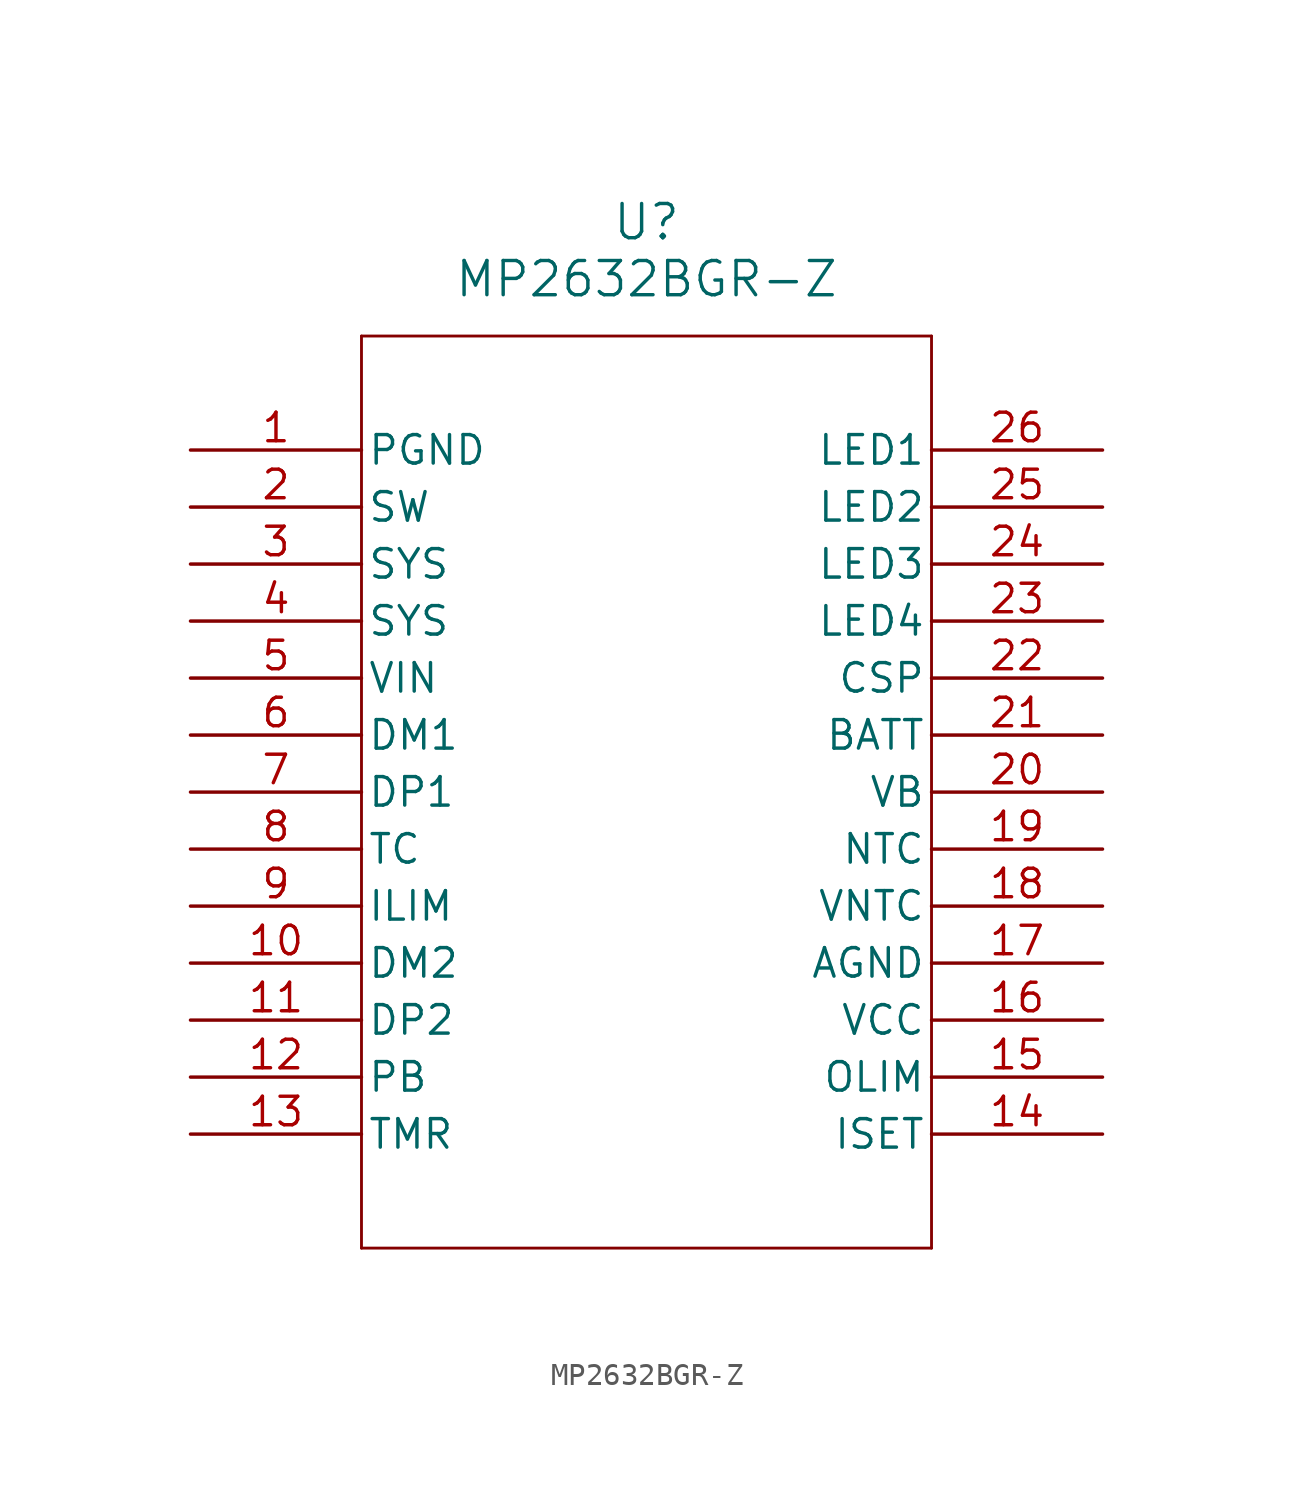
<source format=kicad_sym>
(kicad_symbol_lib
  (version 20211014)
  (generator kicad_symbol_editor)
  (symbol "MP2632BGR-Z"
    (pin_names
      (offset 0.254))
    (property "Reference" "U"
      (at 20.32 10.16 0)
      (effects (font (size 1.524 1.524))))
    (property "Value" "MP2632BGR-Z"
      (at 20.32 7.62 0)
      (effects (font (size 1.524 1.524))))
    (symbol "MP2632BGR-Z_0_1"
      (polyline (pts (xy 7.62 5.08) (xy 7.62 -35.56)) (stroke (width 0.127) (type default) (color 0 0 0 0)) (fill (type none)))
      (polyline (pts (xy 7.62 -35.56) (xy 33.02 -35.56)) (stroke (width 0.127) (type default) (color 0 0 0 0)) (fill (type none)))
      (polyline (pts (xy 33.02 -35.56) (xy 33.02 5.08)) (stroke (width 0.127) (type default) (color 0 0 0 0)) (fill (type none)))
      (polyline (pts (xy 33.02 5.08) (xy 7.62 5.08)) (stroke (width 0.127) (type default) (color 0 0 0 0)) (fill (type none)))
      (pin unspecified line (at 0 0 0) (length 7.62) (name "PGND" (effects (font (size 1.27 1.27)))) (number "1" (effects (font (size 1.27 1.27)))))
      (pin unspecified line (at 0 -2.54 0) (length 7.62) (name "SW" (effects (font (size 1.27 1.27)))) (number "2" (effects (font (size 1.27 1.27)))))
      (pin unspecified line (at 0 -5.08 0) (length 7.62) (name "SYS" (effects (font (size 1.27 1.27)))) (number "3" (effects (font (size 1.27 1.27)))))
      (pin unspecified line (at 0 -7.62 0) (length 7.62) (name "SYS" (effects (font (size 1.27 1.27)))) (number "4" (effects (font (size 1.27 1.27)))))
      (pin unspecified line (at 0 -10.16 0) (length 7.62) (name "VIN" (effects (font (size 1.27 1.27)))) (number "5" (effects (font (size 1.27 1.27)))))
      (pin unspecified line (at 0 -12.7 0) (length 7.62) (name "DM1" (effects (font (size 1.27 1.27)))) (number "6" (effects (font (size 1.27 1.27)))))
      (pin unspecified line (at 0 -15.24 0) (length 7.62) (name "DP1" (effects (font (size 1.27 1.27)))) (number "7" (effects (font (size 1.27 1.27)))))
      (pin unspecified line (at 0 -17.78 0) (length 7.62) (name "TC" (effects (font (size 1.27 1.27)))) (number "8" (effects (font (size 1.27 1.27)))))
      (pin unspecified line (at 0 -20.32 0) (length 7.62) (name "ILIM" (effects (font (size 1.27 1.27)))) (number "9" (effects (font (size 1.27 1.27)))))
      (pin unspecified line (at 0 -22.86 0) (length 7.62) (name "DM2" (effects (font (size 1.27 1.27)))) (number "10" (effects (font (size 1.27 1.27)))))
      (pin unspecified line (at 0 -25.4 0) (length 7.62) (name "DP2" (effects (font (size 1.27 1.27)))) (number "11" (effects (font (size 1.27 1.27)))))
      (pin unspecified line (at 0 -27.94 0) (length 7.62) (name "PB" (effects (font (size 1.27 1.27)))) (number "12" (effects (font (size 1.27 1.27)))))
      (pin unspecified line (at 0 -30.48 0) (length 7.62) (name "TMR" (effects (font (size 1.27 1.27)))) (number "13" (effects (font (size 1.27 1.27)))))
      (pin unspecified line (at 40.64 -30.48 180) (length 7.62) (name "ISET" (effects (font (size 1.27 1.27)))) (number "14" (effects (font (size 1.27 1.27)))))
      (pin unspecified line (at 40.64 -27.94 180) (length 7.62) (name "OLIM" (effects (font (size 1.27 1.27)))) (number "15" (effects (font (size 1.27 1.27)))))
      (pin unspecified line (at 40.64 -25.4 180) (length 7.62) (name "VCC" (effects (font (size 1.27 1.27)))) (number "16" (effects (font (size 1.27 1.27)))))
      (pin unspecified line (at 40.64 -22.86 180) (length 7.62) (name "AGND" (effects (font (size 1.27 1.27)))) (number "17" (effects (font (size 1.27 1.27)))))
      (pin unspecified line (at 40.64 -20.32 180) (length 7.62) (name "VNTC" (effects (font (size 1.27 1.27)))) (number "18" (effects (font (size 1.27 1.27)))))
      (pin unspecified line (at 40.64 -17.78 180) (length 7.62) (name "NTC" (effects (font (size 1.27 1.27)))) (number "19" (effects (font (size 1.27 1.27)))))
      (pin unspecified line (at 40.64 -15.24 180) (length 7.62) (name "VB" (effects (font (size 1.27 1.27)))) (number "20" (effects (font (size 1.27 1.27)))))
      (pin unspecified line (at 40.64 -12.7 180) (length 7.62) (name "BATT" (effects (font (size 1.27 1.27)))) (number "21" (effects (font (size 1.27 1.27)))))
      (pin unspecified line (at 40.64 -10.16 180) (length 7.62) (name "CSP" (effects (font (size 1.27 1.27)))) (number "22" (effects (font (size 1.27 1.27)))))
      (pin unspecified line (at 40.64 -7.62 180) (length 7.62) (name "LED4" (effects (font (size 1.27 1.27)))) (number "23" (effects (font (size 1.27 1.27)))))
      (pin unspecified line (at 40.64 -5.08 180) (length 7.62) (name "LED3" (effects (font (size 1.27 1.27)))) (number "24" (effects (font (size 1.27 1.27)))))
      (pin unspecified line (at 40.64 -2.54 180) (length 7.62) (name "LED2" (effects (font (size 1.27 1.27)))) (number "25" (effects (font (size 1.27 1.27)))))
      (pin unspecified line (at 40.64 0 180) (length 7.62) (name "LED1" (effects (font (size 1.27 1.27)))) (number "26" (effects (font (size 1.27 1.27))))))))
</source>
